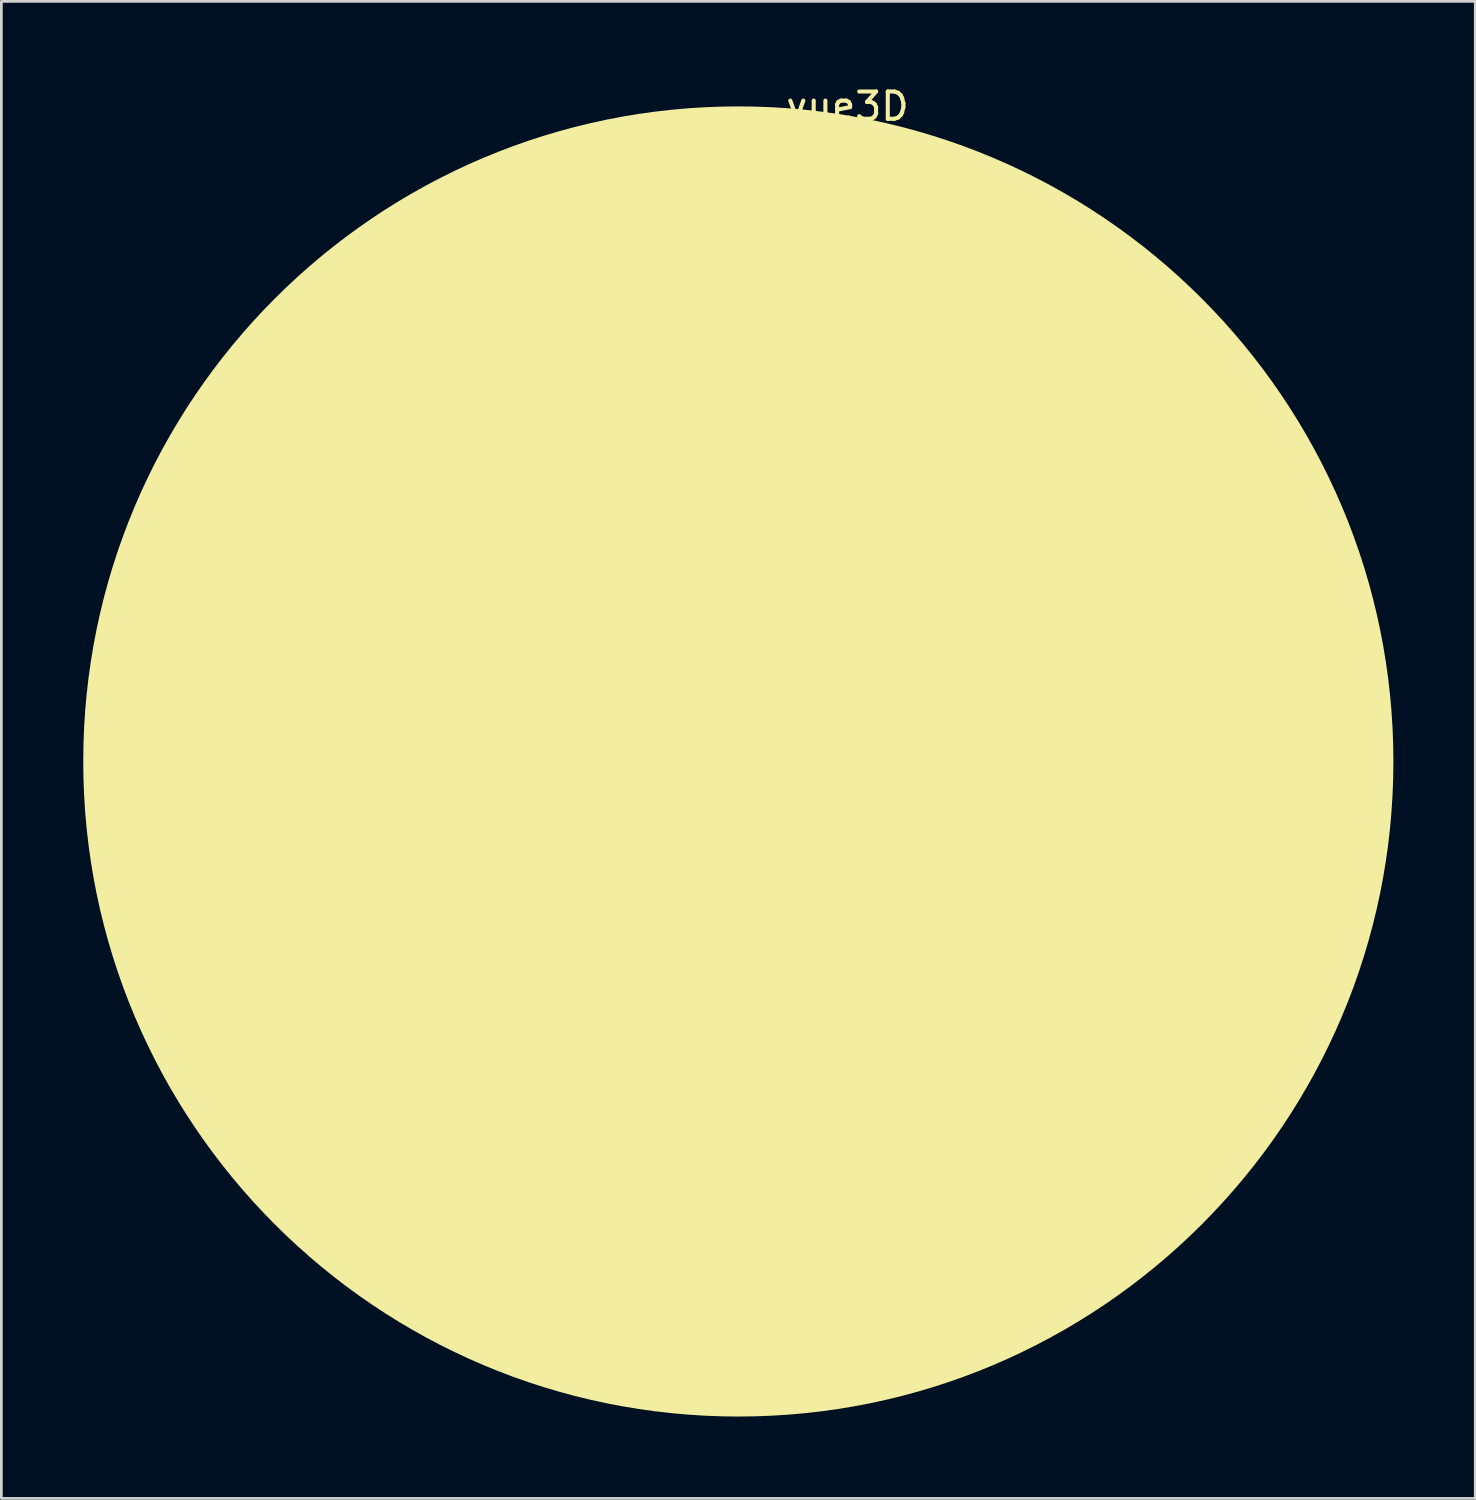
<source format=kicad_pcb>
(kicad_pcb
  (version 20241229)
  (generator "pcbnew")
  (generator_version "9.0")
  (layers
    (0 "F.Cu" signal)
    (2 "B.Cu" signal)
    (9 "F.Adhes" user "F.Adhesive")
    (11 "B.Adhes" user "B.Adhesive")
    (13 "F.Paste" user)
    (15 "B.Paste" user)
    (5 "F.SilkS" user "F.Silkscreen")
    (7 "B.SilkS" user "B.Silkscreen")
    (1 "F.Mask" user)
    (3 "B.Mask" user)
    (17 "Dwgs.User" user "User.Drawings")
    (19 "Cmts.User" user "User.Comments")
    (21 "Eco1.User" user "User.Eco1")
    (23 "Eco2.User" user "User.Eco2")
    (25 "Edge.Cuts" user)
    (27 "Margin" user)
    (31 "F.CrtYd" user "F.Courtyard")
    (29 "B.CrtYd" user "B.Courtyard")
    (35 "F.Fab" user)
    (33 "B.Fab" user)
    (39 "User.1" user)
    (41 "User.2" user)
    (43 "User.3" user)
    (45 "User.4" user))
  (footprint "vue3D"
    (layer "F.Cu")
    (at 24 24.848)
    (property "Reference" "vue3D" (at 4 -24 0) (layer "F.SilkS") (effects (font (size 1 1) (thickness 0.15))))
    (attr smd)
    (fp_circle (center 0 0) (end -24 0) (stroke (width 0) (type solid)) (fill yes) (layer "F.SilkS")))
  (gr_rect
    (start -3 -3)
    (end 51 51.848)
    (stroke (width 0.1) (type default))
    (fill no)
    (layer "Edge.Cuts")))
</source>
